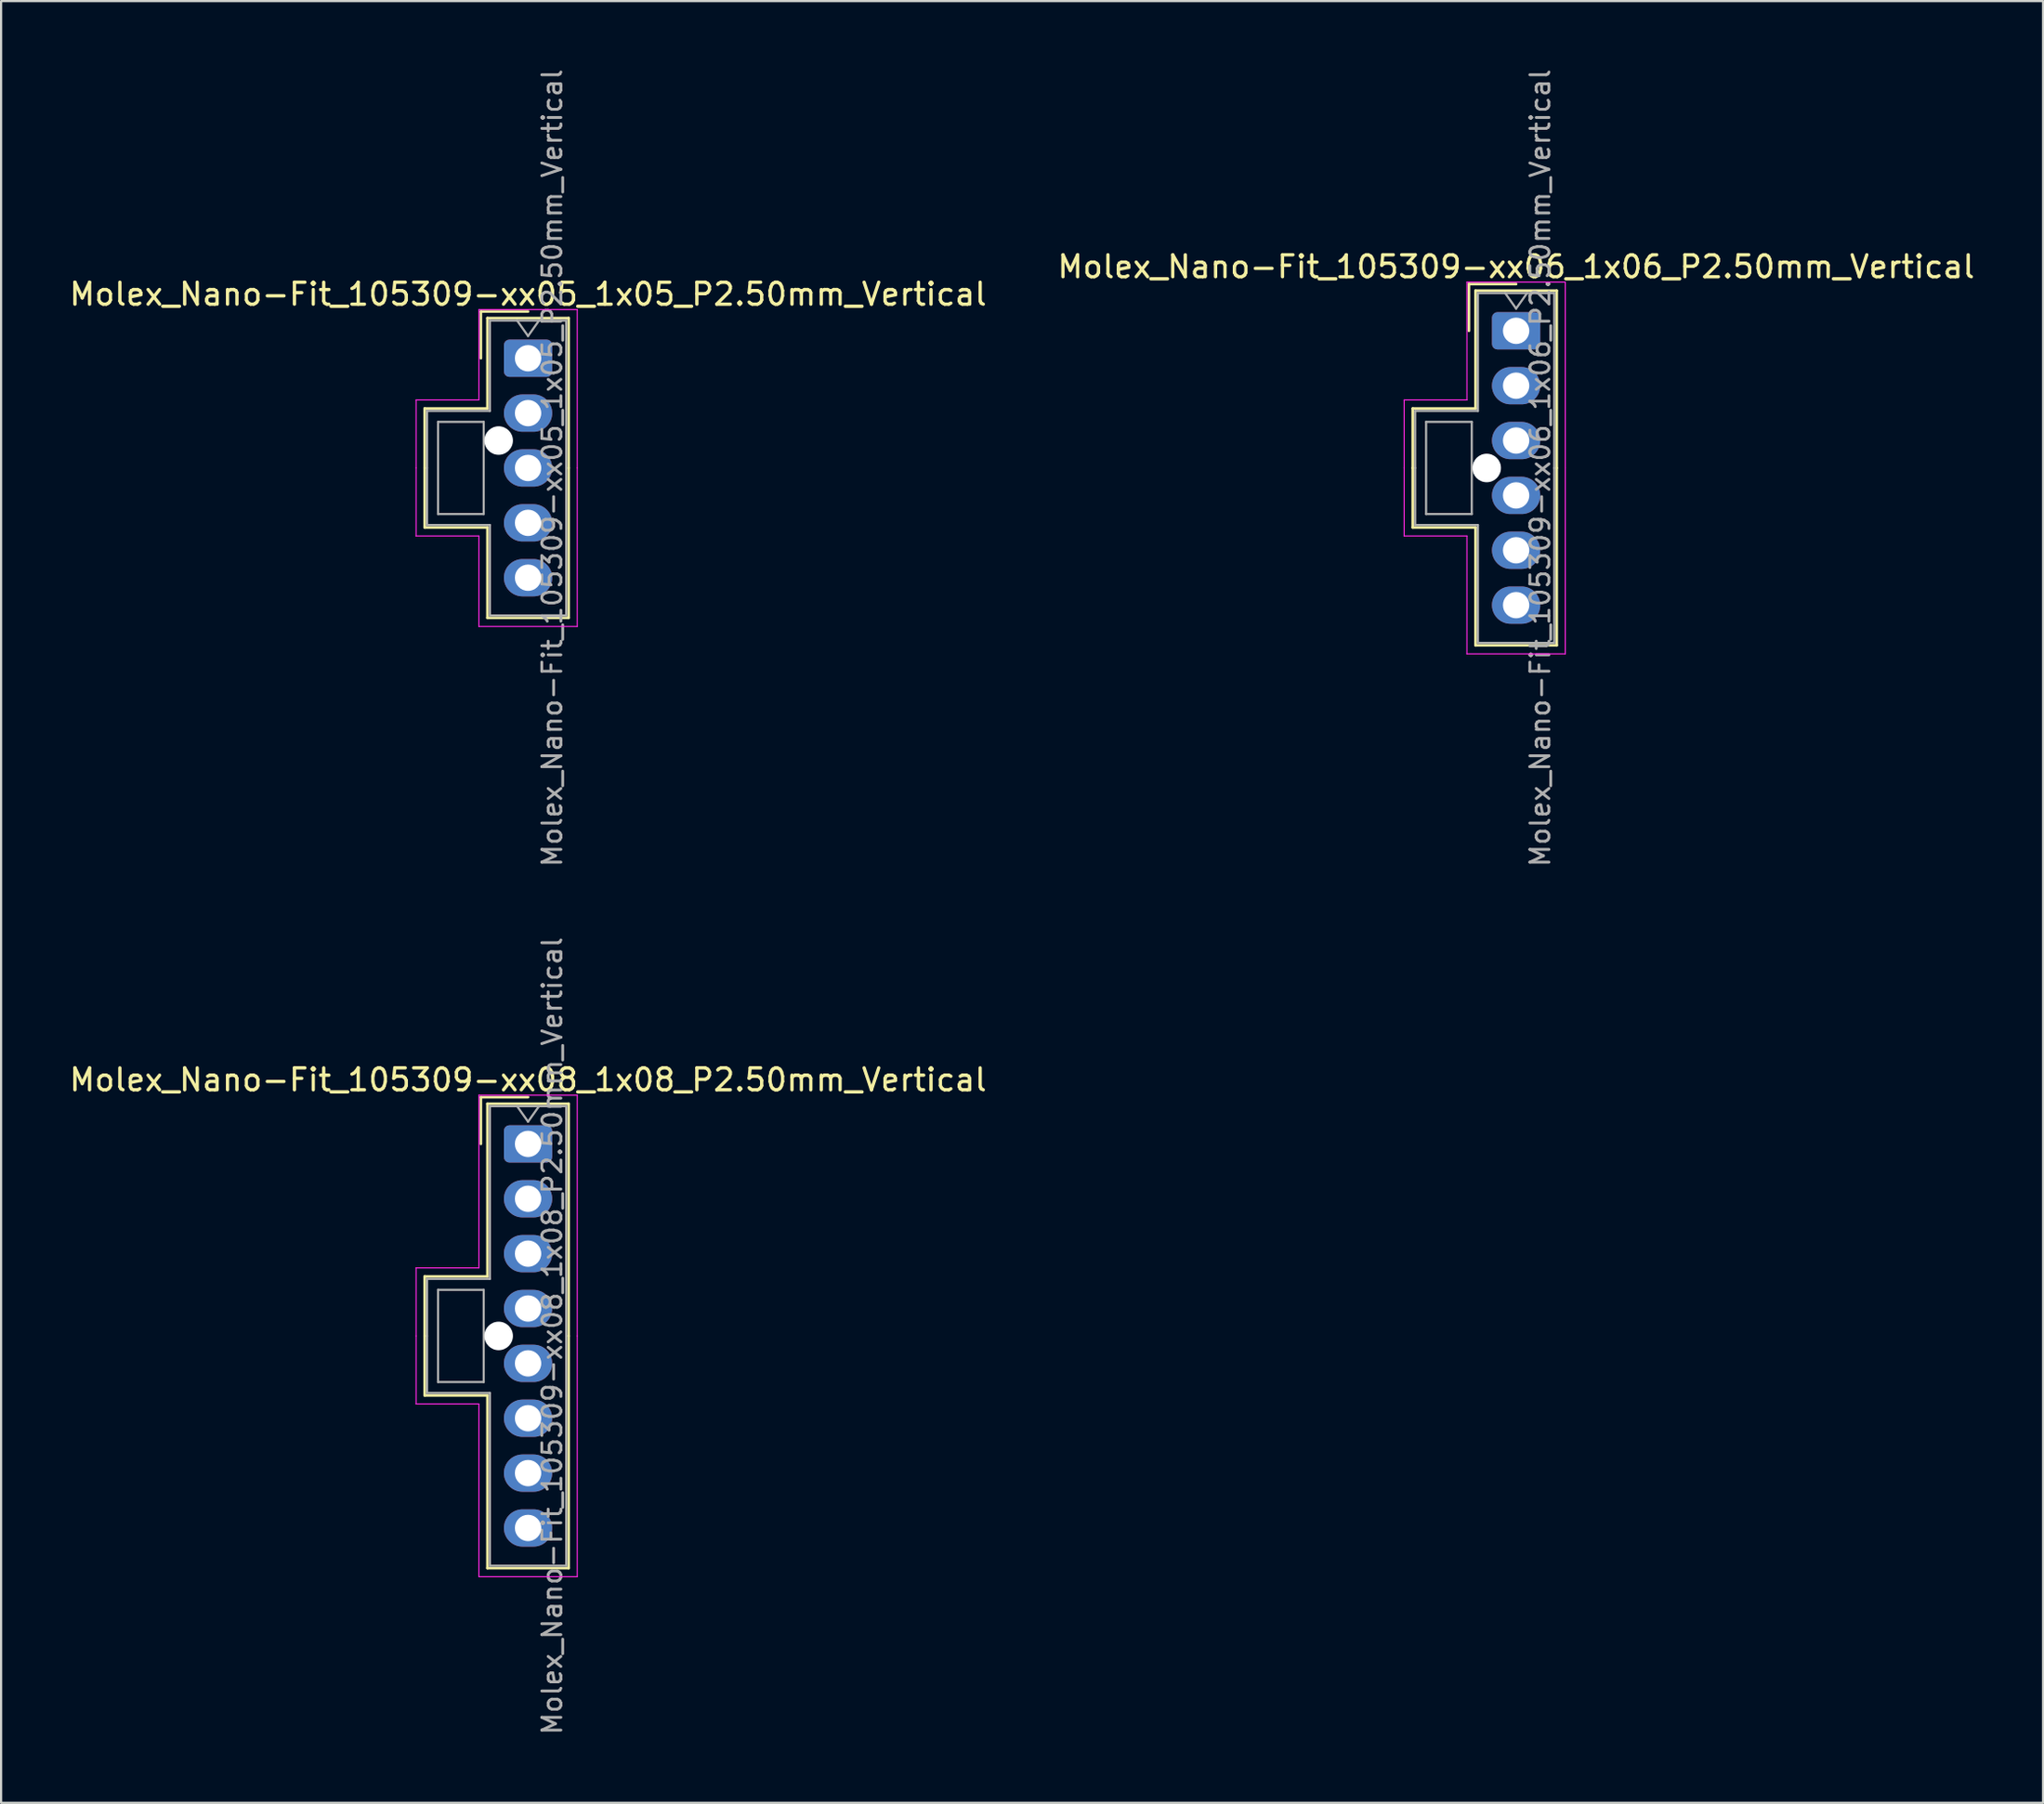
<source format=kicad_pcb>
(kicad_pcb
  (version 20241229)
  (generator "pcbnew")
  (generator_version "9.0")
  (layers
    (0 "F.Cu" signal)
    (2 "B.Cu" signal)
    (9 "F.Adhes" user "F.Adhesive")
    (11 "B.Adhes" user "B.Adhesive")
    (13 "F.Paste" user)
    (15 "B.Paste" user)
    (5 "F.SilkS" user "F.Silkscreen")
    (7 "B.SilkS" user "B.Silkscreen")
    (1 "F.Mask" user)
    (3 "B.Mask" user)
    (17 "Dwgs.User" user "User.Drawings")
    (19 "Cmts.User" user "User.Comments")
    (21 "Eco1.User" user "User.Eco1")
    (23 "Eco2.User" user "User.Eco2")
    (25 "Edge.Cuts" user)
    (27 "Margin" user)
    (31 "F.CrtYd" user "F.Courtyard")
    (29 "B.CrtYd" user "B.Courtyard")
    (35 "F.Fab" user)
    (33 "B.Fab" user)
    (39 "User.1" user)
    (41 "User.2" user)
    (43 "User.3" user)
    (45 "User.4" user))
  (footprint "Molex_Nano-Fit_105309-xx08_1x08_P2.50mm_Vertical"
    (layer "F.Cu")
    (at 21.006 49.073)
    (property "Reference" "Molex_Nano-Fit_105309-xx08_1x08_P2.50mm_Vertical" (at 0 -2.92 0) (layer "F.SilkS") (effects (font (size 1 1) (thickness 0.15))))
    (attr through_hole)
    (fp_line (start -4.71 6.04) (end -4.71 8.75) (stroke (width 0.12) (type solid)) (layer "F.SilkS"))
    (fp_line (start -4.71 11.46) (end -4.71 8.75) (stroke (width 0.12) (type solid)) (layer "F.SilkS"))
    (fp_line (start -2.15 -2.13) (end -2.15 0) (stroke (width 0.12) (type solid)) (layer "F.SilkS"))
    (fp_line (start -1.85 -1.83) (end -1.85 6.04) (stroke (width 0.12) (type solid)) (layer "F.SilkS"))
    (fp_line (start -1.85 6.04) (end -4.71 6.04) (stroke (width 0.12) (type solid)) (layer "F.SilkS"))
    (fp_line (start -1.85 11.46) (end -4.71 11.46) (stroke (width 0.12) (type solid)) (layer "F.SilkS"))
    (fp_line (start -1.85 19.33) (end -1.85 11.46) (stroke (width 0.12) (type solid)) (layer "F.SilkS"))
    (fp_line (start 0 -2.13) (end -2.15 -2.13) (stroke (width 0.12) (type solid)) (layer "F.SilkS"))
    (fp_line (start 1.85 -1.83) (end -1.85 -1.83) (stroke (width 0.12) (type solid)) (layer "F.SilkS"))
    (fp_line (start 1.85 8.75) (end 1.85 -1.83) (stroke (width 0.12) (type solid)) (layer "F.SilkS"))
    (fp_line (start 1.85 8.75) (end 1.85 19.33) (stroke (width 0.12) (type solid)) (layer "F.SilkS"))
    (fp_line (start 1.85 19.33) (end -1.85 19.33) (stroke (width 0.12) (type solid)) (layer "F.SilkS"))
    (fp_line (start -5.1 5.65) (end -5.1 8.75) (stroke (width 0.05) (type solid)) (layer "F.CrtYd"))
    (fp_line (start -5.1 11.85) (end -5.1 8.75) (stroke (width 0.05) (type solid)) (layer "F.CrtYd"))
    (fp_line (start -2.24 -2.22) (end -2.24 5.65) (stroke (width 0.05) (type solid)) (layer "F.CrtYd"))
    (fp_line (start -2.24 5.65) (end -5.1 5.65) (stroke (width 0.05) (type solid)) (layer "F.CrtYd"))
    (fp_line (start -2.24 11.85) (end -5.1 11.85) (stroke (width 0.05) (type solid)) (layer "F.CrtYd"))
    (fp_line (start -2.24 19.72) (end -2.24 11.85) (stroke (width 0.05) (type solid)) (layer "F.CrtYd"))
    (fp_line (start 2.24 -2.22) (end -2.24 -2.22) (stroke (width 0.05) (type solid)) (layer "F.CrtYd"))
    (fp_line (start 2.24 8.75) (end 2.24 -2.22) (stroke (width 0.05) (type solid)) (layer "F.CrtYd"))
    (fp_line (start 2.24 8.75) (end 2.24 19.72) (stroke (width 0.05) (type solid)) (layer "F.CrtYd"))
    (fp_line (start 2.24 19.72) (end -2.24 19.72) (stroke (width 0.05) (type solid)) (layer "F.CrtYd"))
    (fp_line (start -4.6 6.15) (end -4.6 8.75) (stroke (width 0.1) (type solid)) (layer "F.Fab"))
    (fp_line (start -4.6 11.35) (end -4.6 8.75) (stroke (width 0.1) (type solid)) (layer "F.Fab"))
    (fp_line (start -4.1 6.65) (end -4.1 10.85) (stroke (width 0.1) (type solid)) (layer "F.Fab"))
    (fp_line (start -4.1 10.85) (end -2.02 10.85) (stroke (width 0.1) (type solid)) (layer "F.Fab"))
    (fp_line (start -2.02 6.65) (end -4.1 6.65) (stroke (width 0.1) (type solid)) (layer "F.Fab"))
    (fp_line (start -2.02 10.85) (end -2.02 6.65) (stroke (width 0.1) (type solid)) (layer "F.Fab"))
    (fp_line (start -1.74 -1.72) (end -1.74 6.15) (stroke (width 0.1) (type solid)) (layer "F.Fab"))
    (fp_line (start -1.74 6.15) (end -4.6 6.15) (stroke (width 0.1) (type solid)) (layer "F.Fab"))
    (fp_line (start -1.74 11.35) (end -4.6 11.35) (stroke (width 0.1) (type solid)) (layer "F.Fab"))
    (fp_line (start -1.74 19.22) (end -1.74 11.35) (stroke (width 0.1) (type solid)) (layer "F.Fab"))
    (fp_line (start -0.5 -1.72) (end 0 -1.013) (stroke (width 0.1) (type solid)) (layer "F.Fab"))
    (fp_line (start 0 -1.013) (end 0.5 -1.72) (stroke (width 0.1) (type solid)) (layer "F.Fab"))
    (fp_line (start 1.74 -1.72) (end -1.74 -1.72) (stroke (width 0.1) (type solid)) (layer "F.Fab"))
    (fp_line (start 1.74 8.75) (end 1.74 -1.72) (stroke (width 0.1) (type solid)) (layer "F.Fab"))
    (fp_line (start 1.74 8.75) (end 1.74 19.22) (stroke (width 0.1) (type solid)) (layer "F.Fab"))
    (fp_line (start 1.74 19.22) (end -1.74 19.22) (stroke (width 0.1) (type solid)) (layer "F.Fab"))
    (fp_text user "${REFERENCE}" (at 1.1 8.75 90) (layer "F.Fab") (effects (font (size 0.87 0.87) (thickness 0.13))))
    (pad "" np_thru_hole circle (at -1.34 8.75) (size 1.3 1.3) (drill 1.3) (layers "*.Cu" "*.Mask"))
    (pad "1" thru_hole roundrect (at 0 0) (size 2.2 1.7) (drill 1.2) (layers "*.Cu" "*.Mask") (roundrect_rratio 0.147))
    (pad "2" thru_hole oval (at 0 2.5) (size 2.2 1.7) (drill 1.2) (layers "*.Cu" "*.Mask"))
    (pad "3" thru_hole oval (at 0 5) (size 2.2 1.7) (drill 1.2) (layers "*.Cu" "*.Mask"))
    (pad "4" thru_hole oval (at 0 7.5) (size 2.2 1.7) (drill 1.2) (layers "*.Cu" "*.Mask"))
    (pad "5" thru_hole oval (at 0 10) (size 2.2 1.7) (drill 1.2) (layers "*.Cu" "*.Mask"))
    (pad "6" thru_hole oval (at 0 12.5) (size 2.2 1.7) (drill 1.2) (layers "*.Cu" "*.Mask"))
    (pad "7" thru_hole oval (at 0 15) (size 2.2 1.7) (drill 1.2) (layers "*.Cu" "*.Mask"))
    (pad "8" thru_hole oval (at 0 17.5) (size 2.2 1.7) (drill 1.2) (layers "*.Cu" "*.Mask")))
  (footprint "Molex_Nano-Fit_105309-xx06_1x06_P2.50mm_Vertical"
    (layer "F.Cu")
    (at 66.018 12.024)
    (property "Reference" "Molex_Nano-Fit_105309-xx06_1x06_P2.50mm_Vertical" (at 0 -2.92 0) (layer "F.SilkS") (effects (font (size 1 1) (thickness 0.15))))
    (attr through_hole)
    (fp_line (start -4.71 3.54) (end -4.71 6.25) (stroke (width 0.12) (type solid)) (layer "F.SilkS"))
    (fp_line (start -4.71 8.96) (end -4.71 6.25) (stroke (width 0.12) (type solid)) (layer "F.SilkS"))
    (fp_line (start -2.15 -2.13) (end -2.15 0) (stroke (width 0.12) (type solid)) (layer "F.SilkS"))
    (fp_line (start -1.85 -1.83) (end -1.85 3.54) (stroke (width 0.12) (type solid)) (layer "F.SilkS"))
    (fp_line (start -1.85 3.54) (end -4.71 3.54) (stroke (width 0.12) (type solid)) (layer "F.SilkS"))
    (fp_line (start -1.85 8.96) (end -4.71 8.96) (stroke (width 0.12) (type solid)) (layer "F.SilkS"))
    (fp_line (start -1.85 14.33) (end -1.85 8.96) (stroke (width 0.12) (type solid)) (layer "F.SilkS"))
    (fp_line (start 0 -2.13) (end -2.15 -2.13) (stroke (width 0.12) (type solid)) (layer "F.SilkS"))
    (fp_line (start 1.85 -1.83) (end -1.85 -1.83) (stroke (width 0.12) (type solid)) (layer "F.SilkS"))
    (fp_line (start 1.85 6.25) (end 1.85 -1.83) (stroke (width 0.12) (type solid)) (layer "F.SilkS"))
    (fp_line (start 1.85 6.25) (end 1.85 14.33) (stroke (width 0.12) (type solid)) (layer "F.SilkS"))
    (fp_line (start 1.85 14.33) (end -1.85 14.33) (stroke (width 0.12) (type solid)) (layer "F.SilkS"))
    (fp_line (start -5.1 3.15) (end -5.1 6.25) (stroke (width 0.05) (type solid)) (layer "F.CrtYd"))
    (fp_line (start -5.1 9.35) (end -5.1 6.25) (stroke (width 0.05) (type solid)) (layer "F.CrtYd"))
    (fp_line (start -2.24 -2.22) (end -2.24 3.15) (stroke (width 0.05) (type solid)) (layer "F.CrtYd"))
    (fp_line (start -2.24 3.15) (end -5.1 3.15) (stroke (width 0.05) (type solid)) (layer "F.CrtYd"))
    (fp_line (start -2.24 9.35) (end -5.1 9.35) (stroke (width 0.05) (type solid)) (layer "F.CrtYd"))
    (fp_line (start -2.24 14.72) (end -2.24 9.35) (stroke (width 0.05) (type solid)) (layer "F.CrtYd"))
    (fp_line (start 2.24 -2.22) (end -2.24 -2.22) (stroke (width 0.05) (type solid)) (layer "F.CrtYd"))
    (fp_line (start 2.24 6.25) (end 2.24 -2.22) (stroke (width 0.05) (type solid)) (layer "F.CrtYd"))
    (fp_line (start 2.24 6.25) (end 2.24 14.72) (stroke (width 0.05) (type solid)) (layer "F.CrtYd"))
    (fp_line (start 2.24 14.72) (end -2.24 14.72) (stroke (width 0.05) (type solid)) (layer "F.CrtYd"))
    (fp_line (start -4.6 3.65) (end -4.6 6.25) (stroke (width 0.1) (type solid)) (layer "F.Fab"))
    (fp_line (start -4.6 8.85) (end -4.6 6.25) (stroke (width 0.1) (type solid)) (layer "F.Fab"))
    (fp_line (start -4.1 4.15) (end -4.1 8.35) (stroke (width 0.1) (type solid)) (layer "F.Fab"))
    (fp_line (start -4.1 8.35) (end -2.02 8.35) (stroke (width 0.1) (type solid)) (layer "F.Fab"))
    (fp_line (start -2.02 4.15) (end -4.1 4.15) (stroke (width 0.1) (type solid)) (layer "F.Fab"))
    (fp_line (start -2.02 8.35) (end -2.02 4.15) (stroke (width 0.1) (type solid)) (layer "F.Fab"))
    (fp_line (start -1.74 -1.72) (end -1.74 3.65) (stroke (width 0.1) (type solid)) (layer "F.Fab"))
    (fp_line (start -1.74 3.65) (end -4.6 3.65) (stroke (width 0.1) (type solid)) (layer "F.Fab"))
    (fp_line (start -1.74 8.85) (end -4.6 8.85) (stroke (width 0.1) (type solid)) (layer "F.Fab"))
    (fp_line (start -1.74 14.22) (end -1.74 8.85) (stroke (width 0.1) (type solid)) (layer "F.Fab"))
    (fp_line (start -0.5 -1.72) (end 0 -1.013) (stroke (width 0.1) (type solid)) (layer "F.Fab"))
    (fp_line (start 0 -1.013) (end 0.5 -1.72) (stroke (width 0.1) (type solid)) (layer "F.Fab"))
    (fp_line (start 1.74 -1.72) (end -1.74 -1.72) (stroke (width 0.1) (type solid)) (layer "F.Fab"))
    (fp_line (start 1.74 6.25) (end 1.74 -1.72) (stroke (width 0.1) (type solid)) (layer "F.Fab"))
    (fp_line (start 1.74 6.25) (end 1.74 14.22) (stroke (width 0.1) (type solid)) (layer "F.Fab"))
    (fp_line (start 1.74 14.22) (end -1.74 14.22) (stroke (width 0.1) (type solid)) (layer "F.Fab"))
    (fp_text user "${REFERENCE}" (at 1.1 6.25 90) (layer "F.Fab") (effects (font (size 0.87 0.87) (thickness 0.13))))
    (pad "" np_thru_hole circle (at -1.34 6.25) (size 1.3 1.3) (drill 1.3) (layers "*.Cu" "*.Mask"))
    (pad "1" thru_hole roundrect (at 0 0) (size 2.2 1.7) (drill 1.2) (layers "*.Cu" "*.Mask") (roundrect_rratio 0.147))
    (pad "2" thru_hole oval (at 0 2.5) (size 2.2 1.7) (drill 1.2) (layers "*.Cu" "*.Mask"))
    (pad "3" thru_hole oval (at 0 5) (size 2.2 1.7) (drill 1.2) (layers "*.Cu" "*.Mask"))
    (pad "4" thru_hole oval (at 0 7.5) (size 2.2 1.7) (drill 1.2) (layers "*.Cu" "*.Mask"))
    (pad "5" thru_hole oval (at 0 10) (size 2.2 1.7) (drill 1.2) (layers "*.Cu" "*.Mask"))
    (pad "6" thru_hole oval (at 0 12.5) (size 2.2 1.7) (drill 1.2) (layers "*.Cu" "*.Mask")))
  (footprint "Molex_Nano-Fit_105309-xx05_1x05_P2.50mm_Vertical"
    (layer "F.Cu")
    (at 21.006 13.274)
    (property "Reference" "Molex_Nano-Fit_105309-xx05_1x05_P2.50mm_Vertical" (at 0 -2.92 0) (layer "F.SilkS") (effects (font (size 1 1) (thickness 0.15))))
    (attr through_hole)
    (fp_line (start -4.71 2.29) (end -4.71 5) (stroke (width 0.12) (type solid)) (layer "F.SilkS"))
    (fp_line (start -4.71 7.71) (end -4.71 5) (stroke (width 0.12) (type solid)) (layer "F.SilkS"))
    (fp_line (start -2.15 -2.13) (end -2.15 0) (stroke (width 0.12) (type solid)) (layer "F.SilkS"))
    (fp_line (start -1.85 -1.83) (end -1.85 2.29) (stroke (width 0.12) (type solid)) (layer "F.SilkS"))
    (fp_line (start -1.85 2.29) (end -4.71 2.29) (stroke (width 0.12) (type solid)) (layer "F.SilkS"))
    (fp_line (start -1.85 7.71) (end -4.71 7.71) (stroke (width 0.12) (type solid)) (layer "F.SilkS"))
    (fp_line (start -1.85 11.83) (end -1.85 7.71) (stroke (width 0.12) (type solid)) (layer "F.SilkS"))
    (fp_line (start 0 -2.13) (end -2.15 -2.13) (stroke (width 0.12) (type solid)) (layer "F.SilkS"))
    (fp_line (start 1.85 -1.83) (end -1.85 -1.83) (stroke (width 0.12) (type solid)) (layer "F.SilkS"))
    (fp_line (start 1.85 5) (end 1.85 -1.83) (stroke (width 0.12) (type solid)) (layer "F.SilkS"))
    (fp_line (start 1.85 5) (end 1.85 11.83) (stroke (width 0.12) (type solid)) (layer "F.SilkS"))
    (fp_line (start 1.85 11.83) (end -1.85 11.83) (stroke (width 0.12) (type solid)) (layer "F.SilkS"))
    (fp_line (start -5.1 1.9) (end -5.1 5) (stroke (width 0.05) (type solid)) (layer "F.CrtYd"))
    (fp_line (start -5.1 8.1) (end -5.1 5) (stroke (width 0.05) (type solid)) (layer "F.CrtYd"))
    (fp_line (start -2.24 -2.22) (end -2.24 1.9) (stroke (width 0.05) (type solid)) (layer "F.CrtYd"))
    (fp_line (start -2.24 1.9) (end -5.1 1.9) (stroke (width 0.05) (type solid)) (layer "F.CrtYd"))
    (fp_line (start -2.24 8.1) (end -5.1 8.1) (stroke (width 0.05) (type solid)) (layer "F.CrtYd"))
    (fp_line (start -2.24 12.22) (end -2.24 8.1) (stroke (width 0.05) (type solid)) (layer "F.CrtYd"))
    (fp_line (start 2.24 -2.22) (end -2.24 -2.22) (stroke (width 0.05) (type solid)) (layer "F.CrtYd"))
    (fp_line (start 2.24 5) (end 2.24 -2.22) (stroke (width 0.05) (type solid)) (layer "F.CrtYd"))
    (fp_line (start 2.24 5) (end 2.24 12.22) (stroke (width 0.05) (type solid)) (layer "F.CrtYd"))
    (fp_line (start 2.24 12.22) (end -2.24 12.22) (stroke (width 0.05) (type solid)) (layer "F.CrtYd"))
    (fp_line (start -4.6 2.4) (end -4.6 5) (stroke (width 0.1) (type solid)) (layer "F.Fab"))
    (fp_line (start -4.6 7.6) (end -4.6 5) (stroke (width 0.1) (type solid)) (layer "F.Fab"))
    (fp_line (start -4.1 2.9) (end -4.1 7.1) (stroke (width 0.1) (type solid)) (layer "F.Fab"))
    (fp_line (start -4.1 7.1) (end -2.02 7.1) (stroke (width 0.1) (type solid)) (layer "F.Fab"))
    (fp_line (start -2.02 2.9) (end -4.1 2.9) (stroke (width 0.1) (type solid)) (layer "F.Fab"))
    (fp_line (start -2.02 7.1) (end -2.02 2.9) (stroke (width 0.1) (type solid)) (layer "F.Fab"))
    (fp_line (start -1.74 -1.72) (end -1.74 2.4) (stroke (width 0.1) (type solid)) (layer "F.Fab"))
    (fp_line (start -1.74 2.4) (end -4.6 2.4) (stroke (width 0.1) (type solid)) (layer "F.Fab"))
    (fp_line (start -1.74 7.6) (end -4.6 7.6) (stroke (width 0.1) (type solid)) (layer "F.Fab"))
    (fp_line (start -1.74 11.72) (end -1.74 7.6) (stroke (width 0.1) (type solid)) (layer "F.Fab"))
    (fp_line (start -0.5 -1.72) (end 0 -1.013) (stroke (width 0.1) (type solid)) (layer "F.Fab"))
    (fp_line (start 0 -1.013) (end 0.5 -1.72) (stroke (width 0.1) (type solid)) (layer "F.Fab"))
    (fp_line (start 1.74 -1.72) (end -1.74 -1.72) (stroke (width 0.1) (type solid)) (layer "F.Fab"))
    (fp_line (start 1.74 5) (end 1.74 -1.72) (stroke (width 0.1) (type solid)) (layer "F.Fab"))
    (fp_line (start 1.74 5) (end 1.74 11.72) (stroke (width 0.1) (type solid)) (layer "F.Fab"))
    (fp_line (start 1.74 11.72) (end -1.74 11.72) (stroke (width 0.1) (type solid)) (layer "F.Fab"))
    (fp_text user "${REFERENCE}" (at 1.1 5 90) (layer "F.Fab") (effects (font (size 0.87 0.87) (thickness 0.13))))
    (pad "" np_thru_hole circle (at -1.34 3.75) (size 1.3 1.3) (drill 1.3) (layers "*.Cu" "*.Mask"))
    (pad "1" thru_hole roundrect (at 0 0) (size 2.2 1.7) (drill 1.2) (layers "*.Cu" "*.Mask") (roundrect_rratio 0.147))
    (pad "2" thru_hole oval (at 0 2.5) (size 2.2 1.7) (drill 1.2) (layers "*.Cu" "*.Mask"))
    (pad "3" thru_hole oval (at 0 5) (size 2.2 1.7) (drill 1.2) (layers "*.Cu" "*.Mask"))
    (pad "4" thru_hole oval (at 0 7.5) (size 2.2 1.7) (drill 1.2) (layers "*.Cu" "*.Mask"))
    (pad "5" thru_hole oval (at 0 10) (size 2.2 1.7) (drill 1.2) (layers "*.Cu" "*.Mask")))
  (gr_rect
    (start -3 -3)
    (end 90.024 79.098)
    (stroke (width 0.1) (type default))
    (fill no)
    (layer "Edge.Cuts")))
</source>
